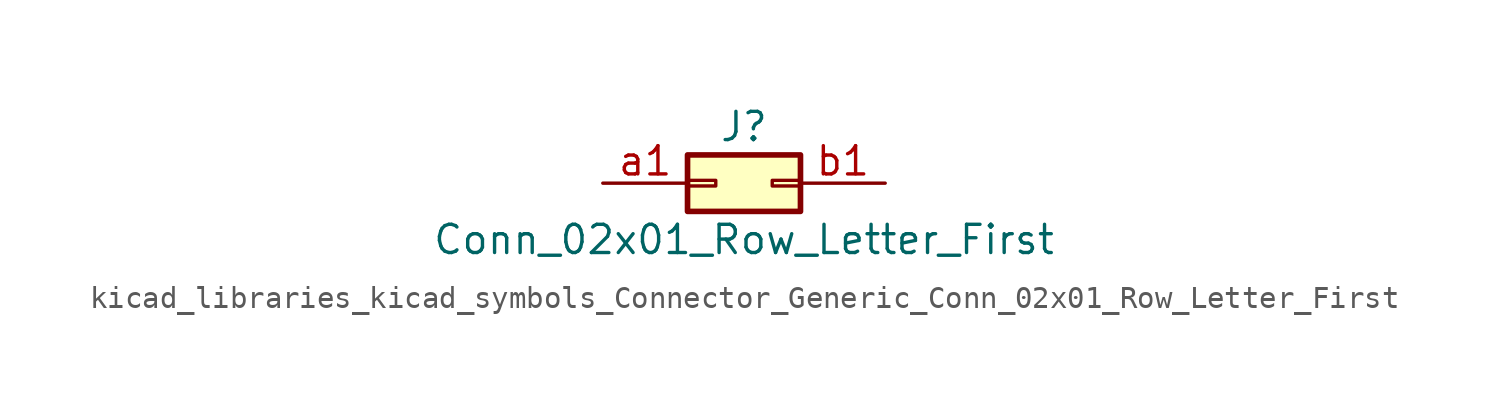
<source format=kicad_sym>
(kicad_symbol_lib
  (version 20220914)
  (generator kicad_symbol_editor)
  (symbol "kicad_libraries_kicad_symbols_Connector_Generic_Conn_02x01_Row_Letter_First"
    (pin_names
      (offset 1.016) hide)
    (property "Reference" "J"
      (at 1.27 2.54 0)
      (effects (font (size 1.27 1.27))))
    (property "Value" "Conn_02x01_Row_Letter_First"
      (at 1.27 -2.54 0)
      (effects (font (size 1.27 1.27))))
    (symbol "kicad_libraries_kicad_symbols_Connector_Generic_Conn_02x01_Row_Letter_First_1_1"
      (rectangle (start -1.27 0.127) (end 0 -0.127) (stroke (width 0.152) (type default)) (fill (type none)))
      (rectangle (start -1.27 1.27) (end 3.81 -1.27) (stroke (width 0.254) (type default)) (fill (type background)))
      (rectangle (start 3.81 0.127) (end 2.54 -0.127) (stroke (width 0.152) (type default)) (fill (type none)))
      (pin passive line (at -5.08 0 0) (length 3.81) (name "Pin_a1" (effects (font (size 1.27 1.27)))) (number "a1" (effects (font (size 1.27 1.27)))))
      (pin passive line (at 7.62 0 180) (length 3.81) (name "Pin_b1" (effects (font (size 1.27 1.27)))) (number "b1" (effects (font (size 1.27 1.27))))))))
</source>
